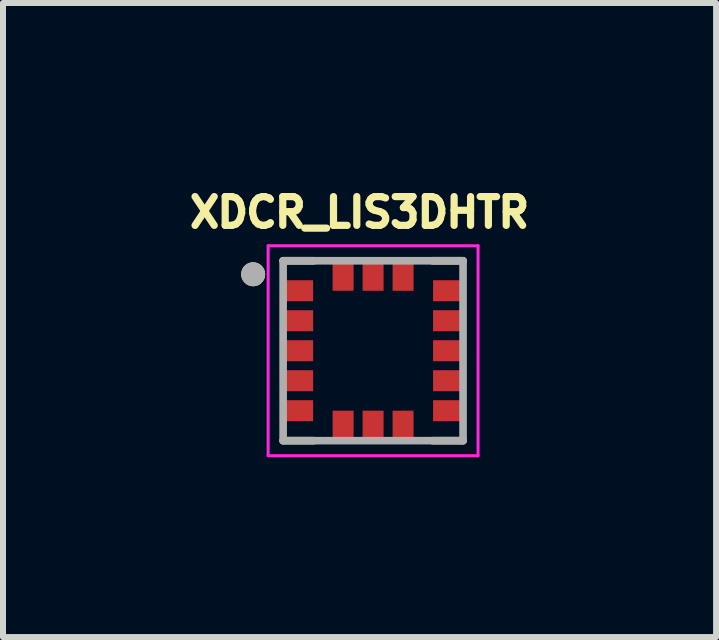
<source format=kicad_pcb>
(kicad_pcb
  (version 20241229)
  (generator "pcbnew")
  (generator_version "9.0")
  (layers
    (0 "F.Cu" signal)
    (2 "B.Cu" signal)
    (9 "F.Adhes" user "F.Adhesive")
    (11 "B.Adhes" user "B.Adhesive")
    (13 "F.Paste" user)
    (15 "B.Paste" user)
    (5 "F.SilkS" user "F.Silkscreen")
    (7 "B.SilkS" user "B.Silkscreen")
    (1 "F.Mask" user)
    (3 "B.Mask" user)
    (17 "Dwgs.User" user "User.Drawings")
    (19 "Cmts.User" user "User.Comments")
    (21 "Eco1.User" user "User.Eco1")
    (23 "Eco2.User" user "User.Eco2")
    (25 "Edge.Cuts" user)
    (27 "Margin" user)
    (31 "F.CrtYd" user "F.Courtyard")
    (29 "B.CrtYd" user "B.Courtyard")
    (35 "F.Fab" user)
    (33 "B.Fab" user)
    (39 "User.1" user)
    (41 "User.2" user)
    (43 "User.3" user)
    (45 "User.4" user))
  (footprint "XDCR_LIS3DHTR"
    (layer "F.Cu")
    (at 3.171 2.798)
    (property "Reference" "XDCR_LIS3DHTR" (at -0.226 -2.306 0) (layer "F.SilkS") (effects (font (size 0.48 0.48) (thickness 0.15))))
    (attr smd)
    (fp_poly (pts (xy -1.5 -1.225) (xy -0.95 -1.225) (xy -0.95 -0.775) (xy -1.5 -0.775)) (stroke (width 0.01) (type solid)) (fill yes) (layer "F.Mask"))
    (fp_poly (pts (xy -1.5 -0.725) (xy -0.95 -0.725) (xy -0.95 -0.275) (xy -1.5 -0.275)) (stroke (width 0.01) (type solid)) (fill yes) (layer "F.Mask"))
    (fp_poly (pts (xy -1.5 -0.225) (xy -0.95 -0.225) (xy -0.95 0.225) (xy -1.5 0.225)) (stroke (width 0.01) (type solid)) (fill yes) (layer "F.Mask"))
    (fp_poly (pts (xy -1.5 0.275) (xy -0.95 0.275) (xy -0.95 0.725) (xy -1.5 0.725)) (stroke (width 0.01) (type solid)) (fill yes) (layer "F.Mask"))
    (fp_poly (pts (xy -1.5 0.775) (xy -0.95 0.775) (xy -0.95 1.225) (xy -1.5 1.225)) (stroke (width 0.01) (type solid)) (fill yes) (layer "F.Mask"))
    (fp_poly (pts (xy -0.725 -0.95) (xy -0.725 -1.5) (xy -0.275 -1.5) (xy -0.275 -0.95)) (stroke (width 0.01) (type solid)) (fill yes) (layer "F.Mask"))
    (fp_poly (pts (xy -0.725 1.5) (xy -0.725 0.95) (xy -0.275 0.95) (xy -0.275 1.5)) (stroke (width 0.01) (type solid)) (fill yes) (layer "F.Mask"))
    (fp_poly (pts (xy -0.225 -0.95) (xy -0.225 -1.5) (xy 0.225 -1.5) (xy 0.225 -0.95)) (stroke (width 0.01) (type solid)) (fill yes) (layer "F.Mask"))
    (fp_poly (pts (xy -0.225 1.5) (xy -0.225 0.95) (xy 0.225 0.95) (xy 0.225 1.5)) (stroke (width 0.01) (type solid)) (fill yes) (layer "F.Mask"))
    (fp_poly (pts (xy 0.275 -0.95) (xy 0.275 -1.5) (xy 0.725 -1.5) (xy 0.725 -0.95)) (stroke (width 0.01) (type solid)) (fill yes) (layer "F.Mask"))
    (fp_poly (pts (xy 0.275 1.5) (xy 0.275 0.95) (xy 0.725 0.95) (xy 0.725 1.5)) (stroke (width 0.01) (type solid)) (fill yes) (layer "F.Mask"))
    (fp_poly (pts (xy 0.95 -1.225) (xy 1.5 -1.225) (xy 1.5 -0.775) (xy 0.95 -0.775)) (stroke (width 0.01) (type solid)) (fill yes) (layer "F.Mask"))
    (fp_poly (pts (xy 0.95 -0.725) (xy 1.5 -0.725) (xy 1.5 -0.275) (xy 0.95 -0.275)) (stroke (width 0.01) (type solid)) (fill yes) (layer "F.Mask"))
    (fp_poly (pts (xy 0.95 -0.225) (xy 1.5 -0.225) (xy 1.5 0.225) (xy 0.95 0.225)) (stroke (width 0.01) (type solid)) (fill yes) (layer "F.Mask"))
    (fp_poly (pts (xy 0.95 0.275) (xy 1.5 0.275) (xy 1.5 0.725) (xy 0.95 0.725)) (stroke (width 0.01) (type solid)) (fill yes) (layer "F.Mask"))
    (fp_poly (pts (xy 0.95 0.775) (xy 1.5 0.775) (xy 1.5 1.225) (xy 0.95 1.225)) (stroke (width 0.01) (type solid)) (fill yes) (layer "F.Mask"))
    (fp_line (start -1.5 1.5) (end -0.99 1.5) (stroke (width 0.127) (type solid)) (layer "F.SilkS"))
    (fp_line (start -0.99 -1.5) (end -1.5 -1.5) (stroke (width 0.127) (type solid)) (layer "F.SilkS"))
    (fp_line (start 0.99 -1.5) (end 1.5 -1.5) (stroke (width 0.127) (type solid)) (layer "F.SilkS"))
    (fp_line (start 0.99 1.5) (end 1.5 1.5) (stroke (width 0.127) (type solid)) (layer "F.SilkS"))
    (fp_circle (center -2 -1.275) (end -1.9 -1.275) (stroke (width 0.2) (type solid)) (fill no) (layer "F.SilkS"))
    (fp_poly (pts (xy -1.405 -1.14) (xy -1.045 -1.14) (xy -1.045 -0.86) (xy -1.405 -0.86)) (stroke (width 0.01) (type solid)) (fill yes) (layer "F.Paste"))
    (fp_poly (pts (xy -1.405 -0.64) (xy -1.045 -0.64) (xy -1.045 -0.36) (xy -1.405 -0.36)) (stroke (width 0.01) (type solid)) (fill yes) (layer "F.Paste"))
    (fp_poly (pts (xy -1.405 -0.14) (xy -1.045 -0.14) (xy -1.045 0.14) (xy -1.405 0.14)) (stroke (width 0.01) (type solid)) (fill yes) (layer "F.Paste"))
    (fp_poly (pts (xy -1.405 0.36) (xy -1.045 0.36) (xy -1.045 0.64) (xy -1.405 0.64)) (stroke (width 0.01) (type solid)) (fill yes) (layer "F.Paste"))
    (fp_poly (pts (xy -1.405 0.86) (xy -1.045 0.86) (xy -1.045 1.14) (xy -1.405 1.14)) (stroke (width 0.01) (type solid)) (fill yes) (layer "F.Paste"))
    (fp_poly (pts (xy -0.64 -1.045) (xy -0.64 -1.405) (xy -0.36 -1.405) (xy -0.36 -1.045)) (stroke (width 0.01) (type solid)) (fill yes) (layer "F.Paste"))
    (fp_poly (pts (xy -0.64 1.405) (xy -0.64 1.045) (xy -0.36 1.045) (xy -0.36 1.405)) (stroke (width 0.01) (type solid)) (fill yes) (layer "F.Paste"))
    (fp_poly (pts (xy -0.14 -1.045) (xy -0.14 -1.405) (xy 0.14 -1.405) (xy 0.14 -1.045)) (stroke (width 0.01) (type solid)) (fill yes) (layer "F.Paste"))
    (fp_poly (pts (xy -0.14 1.405) (xy -0.14 1.045) (xy 0.14 1.045) (xy 0.14 1.405)) (stroke (width 0.01) (type solid)) (fill yes) (layer "F.Paste"))
    (fp_poly (pts (xy 0.36 -1.045) (xy 0.36 -1.405) (xy 0.64 -1.405) (xy 0.64 -1.045)) (stroke (width 0.01) (type solid)) (fill yes) (layer "F.Paste"))
    (fp_poly (pts (xy 0.36 1.405) (xy 0.36 1.045) (xy 0.64 1.045) (xy 0.64 1.405)) (stroke (width 0.01) (type solid)) (fill yes) (layer "F.Paste"))
    (fp_poly (pts (xy 1.045 -1.14) (xy 1.405 -1.14) (xy 1.405 -0.86) (xy 1.045 -0.86)) (stroke (width 0.01) (type solid)) (fill yes) (layer "F.Paste"))
    (fp_poly (pts (xy 1.045 -0.64) (xy 1.405 -0.64) (xy 1.405 -0.36) (xy 1.045 -0.36)) (stroke (width 0.01) (type solid)) (fill yes) (layer "F.Paste"))
    (fp_poly (pts (xy 1.045 -0.14) (xy 1.405 -0.14) (xy 1.405 0.14) (xy 1.045 0.14)) (stroke (width 0.01) (type solid)) (fill yes) (layer "F.Paste"))
    (fp_poly (pts (xy 1.045 0.36) (xy 1.405 0.36) (xy 1.405 0.64) (xy 1.045 0.64)) (stroke (width 0.01) (type solid)) (fill yes) (layer "F.Paste"))
    (fp_poly (pts (xy 1.045 0.86) (xy 1.405 0.86) (xy 1.405 1.14) (xy 1.045 1.14)) (stroke (width 0.01) (type solid)) (fill yes) (layer "F.Paste"))
    (fp_line (start -1.75 -1.75) (end -1.75 1.75) (stroke (width 0.05) (type solid)) (layer "F.CrtYd"))
    (fp_line (start -1.75 1.75) (end 1.75 1.75) (stroke (width 0.05) (type solid)) (layer "F.CrtYd"))
    (fp_line (start 1.75 -1.75) (end -1.75 -1.75) (stroke (width 0.05) (type solid)) (layer "F.CrtYd"))
    (fp_line (start 1.75 1.75) (end 1.75 -1.75) (stroke (width 0.05) (type solid)) (layer "F.CrtYd"))
    (fp_line (start -1.5 -1.5) (end -1.5 1.5) (stroke (width 0.127) (type solid)) (layer "F.Fab"))
    (fp_line (start -1.5 1.5) (end 1.5 1.5) (stroke (width 0.127) (type solid)) (layer "F.Fab"))
    (fp_line (start 1.5 -1.5) (end -1.5 -1.5) (stroke (width 0.127) (type solid)) (layer "F.Fab"))
    (fp_line (start 1.5 1.5) (end 1.5 -1.5) (stroke (width 0.127) (type solid)) (layer "F.Fab"))
    (fp_circle (center -2 -1.275) (end -1.9 -1.275) (stroke (width 0.2) (type solid)) (fill no) (layer "F.Fab"))
    (pad "1" smd rect (at -1.225 -1) (size 0.45 0.35) (layers "F.Cu"))
    (pad "2" smd rect (at -1.225 -0.5) (size 0.45 0.35) (layers "F.Cu"))
    (pad "3" smd rect (at -1.225 0) (size 0.45 0.35) (layers "F.Cu"))
    (pad "4" smd rect (at -1.225 0.5) (size 0.45 0.35) (layers "F.Cu"))
    (pad "5" smd rect (at -1.225 1) (size 0.45 0.35) (layers "F.Cu"))
    (pad "6" smd rect (at -0.5 1.225) (size 0.35 0.45) (layers "F.Cu"))
    (pad "7" smd rect (at 0 1.225) (size 0.35 0.45) (layers "F.Cu"))
    (pad "8" smd rect (at 0.5 1.225) (size 0.35 0.45) (layers "F.Cu"))
    (pad "9" smd rect (at 1.225 1) (size 0.45 0.35) (layers "F.Cu"))
    (pad "10" smd rect (at 1.225 0.5) (size 0.45 0.35) (layers "F.Cu"))
    (pad "11" smd rect (at 1.225 0) (size 0.45 0.35) (layers "F.Cu"))
    (pad "12" smd rect (at 1.225 -0.5) (size 0.45 0.35) (layers "F.Cu"))
    (pad "13" smd rect (at 1.225 -1) (size 0.45 0.35) (layers "F.Cu"))
    (pad "14" smd rect (at 0.5 -1.225) (size 0.35 0.45) (layers "F.Cu"))
    (pad "15" smd rect (at 0 -1.225) (size 0.35 0.45) (layers "F.Cu"))
    (pad "16" smd rect (at -0.5 -1.225) (size 0.35 0.45) (layers "F.Cu")))
  (gr_rect
    (start -3 -3)
    (end 8.89 7.573)
    (stroke (width 0.1) (type default))
    (fill no)
    (layer "Edge.Cuts")))
</source>
